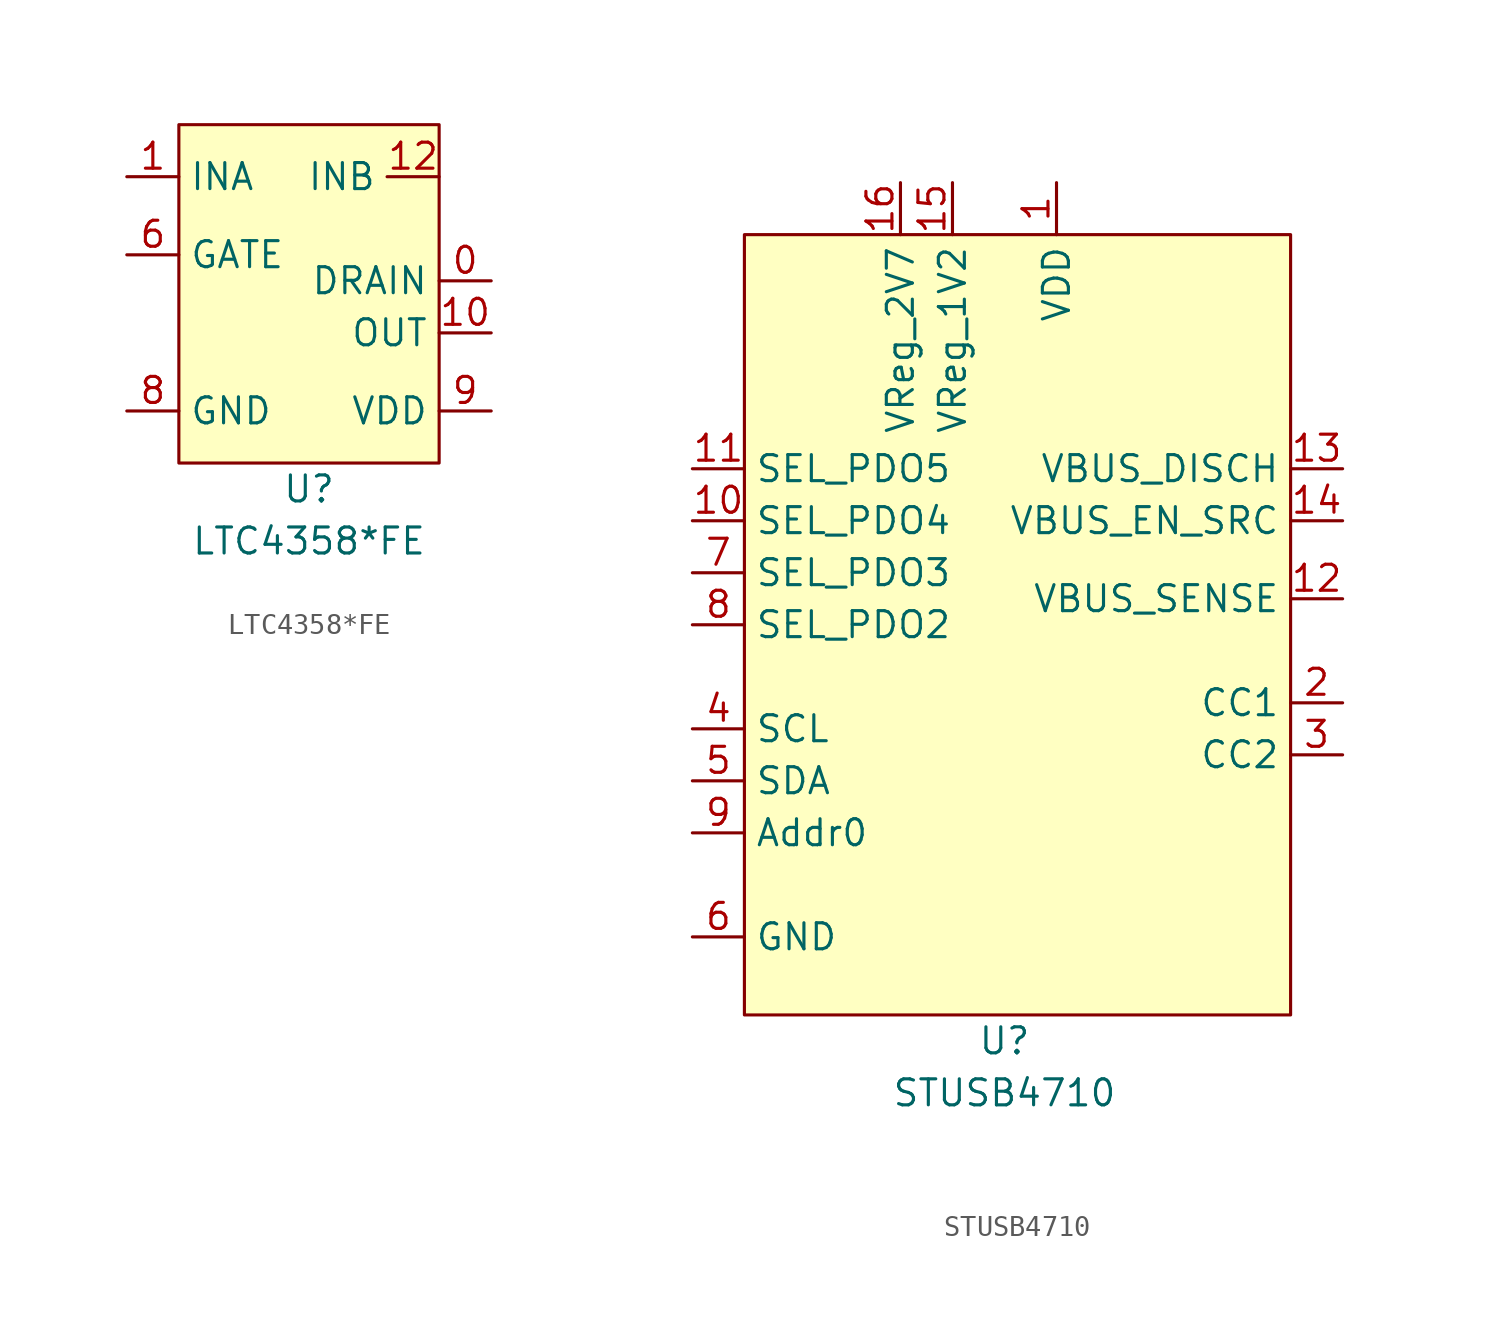
<source format=kicad_sym>
(kicad_symbol_lib
  (version 20211014)
  (generator kicad_symbol_editor)
  (symbol "LTC4358*FE"
    (property "Reference" "U"
      (at 0 0 0)
      (effects (font (size 1.27 1.27))))
    (property "Value" "LTC4358*FE"
      (at 0 -2.54 0)
      (effects (font (size 1.27 1.27))))
    (symbol "LTC4358*FE_0_1"
      (rectangle (start -6.35 1.27) (end 6.35 17.78) (stroke (width 0) (type default) (color 0 0 0 0)) (fill (type background))))
    (symbol "LTC4358*FE_1_1"
      (pin power_out line (at 8.89 10.16 180) (length 2.54) (name "DRAIN" (effects (font (size 1.27 1.27)))) (number "0" (effects (font (size 1.27 1.27)))))
      (pin power_in line (at -8.89 15.24 0) (length 2.54) (name "INA" (effects (font (size 1.27 1.27)))) (number "1" (effects (font (size 1.27 1.27)))))
      (pin power_out line (at 8.89 7.62 180) (length 2.54) (name "OUT" (effects (font (size 1.27 1.27)))) (number "10" (effects (font (size 1.27 1.27)))))
      (pin power_in line (at 6.35 15.24 180) (length 2.54) (name "INB" (effects (font (size 1.27 1.27)))) (number "12" (effects (font (size 1.27 1.27)))))
      (pin power_in line (at 6.35 15.24 180) (length 2.54) hide (name "INB" (effects (font (size 1.27 1.27)))) (number "13" (effects (font (size 1.27 1.27)))))
      (pin power_in line (at 6.35 15.24 180) (length 2.54) hide (name "INB" (effects (font (size 1.27 1.27)))) (number "14" (effects (font (size 1.27 1.27)))))
      (pin power_in line (at 6.35 15.24 180) (length 2.54) hide (name "INB" (effects (font (size 1.27 1.27)))) (number "15" (effects (font (size 1.27 1.27)))))
      (pin power_in line (at 6.35 15.24 180) (length 2.54) hide (name "INB" (effects (font (size 1.27 1.27)))) (number "15" (effects (font (size 1.27 1.27)))))
      (pin power_in line (at 6.35 15.24 180) (length 2.54) hide (name "INB" (effects (font (size 1.27 1.27)))) (number "16" (effects (font (size 1.27 1.27)))))
      (pin power_in line (at -8.89 15.24 0) (length 2.54) hide (name "IN" (effects (font (size 1.27 1.27)))) (number "2" (effects (font (size 1.27 1.27)))))
      (pin power_in line (at -8.89 15.24 0) (length 2.54) hide (name "IN" (effects (font (size 1.27 1.27)))) (number "3" (effects (font (size 1.27 1.27)))))
      (pin power_in line (at -8.89 15.24 0) (length 2.54) hide (name "IN" (effects (font (size 1.27 1.27)))) (number "4" (effects (font (size 1.27 1.27)))))
      (pin output line (at -8.89 11.43 0) (length 2.54) (name "GATE" (effects (font (size 1.27 1.27)))) (number "6" (effects (font (size 1.27 1.27)))))
      (pin passive line (at -8.89 3.81 0) (length 2.54) (name "GND" (effects (font (size 1.27 1.27)))) (number "8" (effects (font (size 1.27 1.27)))))
      (pin power_in line (at 8.89 3.81 180) (length 2.54) (name "VDD" (effects (font (size 1.27 1.27)))) (number "9" (effects (font (size 1.27 1.27)))))))
  (symbol "STUSB4710"
    (property "Reference" "U"
      (at 0 -2.54 0)
      (effects (font (size 1.27 1.27))))
    (property "Value" "STUSB4710"
      (at 0 -5.08 0)
      (effects (font (size 1.27 1.27))))
    (symbol "STUSB4710_0_1"
      (rectangle (start -12.7 36.83) (end 13.97 -1.27) (stroke (width 0) (type default) (color 0 0 0 0)) (fill (type background))))
    (symbol "STUSB4710_1_1"
      (pin power_in line (at 2.54 39.37 270) (length 2.54) (name "VDD" (effects (font (size 1.27 1.27)))) (number "1" (effects (font (size 1.27 1.27)))))
      (pin output line (at -15.24 22.86 0) (length 2.54) (name "SEL_PDO4" (effects (font (size 1.27 1.27)))) (number "10" (effects (font (size 1.27 1.27)))))
      (pin output line (at -15.24 25.4 0) (length 2.54) (name "SEL_PDO5" (effects (font (size 1.27 1.27)))) (number "11" (effects (font (size 1.27 1.27)))))
      (pin input line (at 16.51 19.05 180) (length 2.54) (name "VBUS_SENSE" (effects (font (size 1.27 1.27)))) (number "12" (effects (font (size 1.27 1.27)))))
      (pin output line (at 16.51 25.4 180) (length 2.54) (name "VBUS_DISCH" (effects (font (size 1.27 1.27)))) (number "13" (effects (font (size 1.27 1.27)))))
      (pin output line (at 16.51 22.86 180) (length 2.54) (name "VBUS_EN_SRC" (effects (font (size 1.27 1.27)))) (number "14" (effects (font (size 1.27 1.27)))))
      (pin power_out line (at -2.54 39.37 270) (length 2.54) (name "VReg_1V2" (effects (font (size 1.27 1.27)))) (number "15" (effects (font (size 1.27 1.27)))))
      (pin power_out line (at -5.08 39.37 270) (length 2.54) (name "VReg_2V7" (effects (font (size 1.27 1.27)))) (number "16" (effects (font (size 1.27 1.27)))))
      (pin bidirectional line (at 16.51 13.97 180) (length 2.54) (name "CC1" (effects (font (size 1.27 1.27)))) (number "2" (effects (font (size 1.27 1.27)))))
      (pin bidirectional line (at 16.51 11.43 180) (length 2.54) (name "CC2" (effects (font (size 1.27 1.27)))) (number "3" (effects (font (size 1.27 1.27)))))
      (pin bidirectional line (at -15.24 12.7 0) (length 2.54) (name "SCL" (effects (font (size 1.27 1.27)))) (number "4" (effects (font (size 1.27 1.27)))))
      (pin bidirectional line (at -15.24 10.16 0) (length 2.54) (name "SDA" (effects (font (size 1.27 1.27)))) (number "5" (effects (font (size 1.27 1.27)))))
      (pin passive line (at -15.24 2.54 0) (length 2.54) (name "GND" (effects (font (size 1.27 1.27)))) (number "6" (effects (font (size 1.27 1.27)))))
      (pin output line (at -15.24 20.32 0) (length 2.54) (name "SEL_PDO3" (effects (font (size 1.27 1.27)))) (number "7" (effects (font (size 1.27 1.27)))))
      (pin output line (at -15.24 17.78 0) (length 2.54) (name "SEL_PDO2" (effects (font (size 1.27 1.27)))) (number "8" (effects (font (size 1.27 1.27)))))
      (pin input line (at -15.24 7.62 0) (length 2.54) (name "Addr0" (effects (font (size 1.27 1.27)))) (number "9" (effects (font (size 1.27 1.27))))))))
</source>
